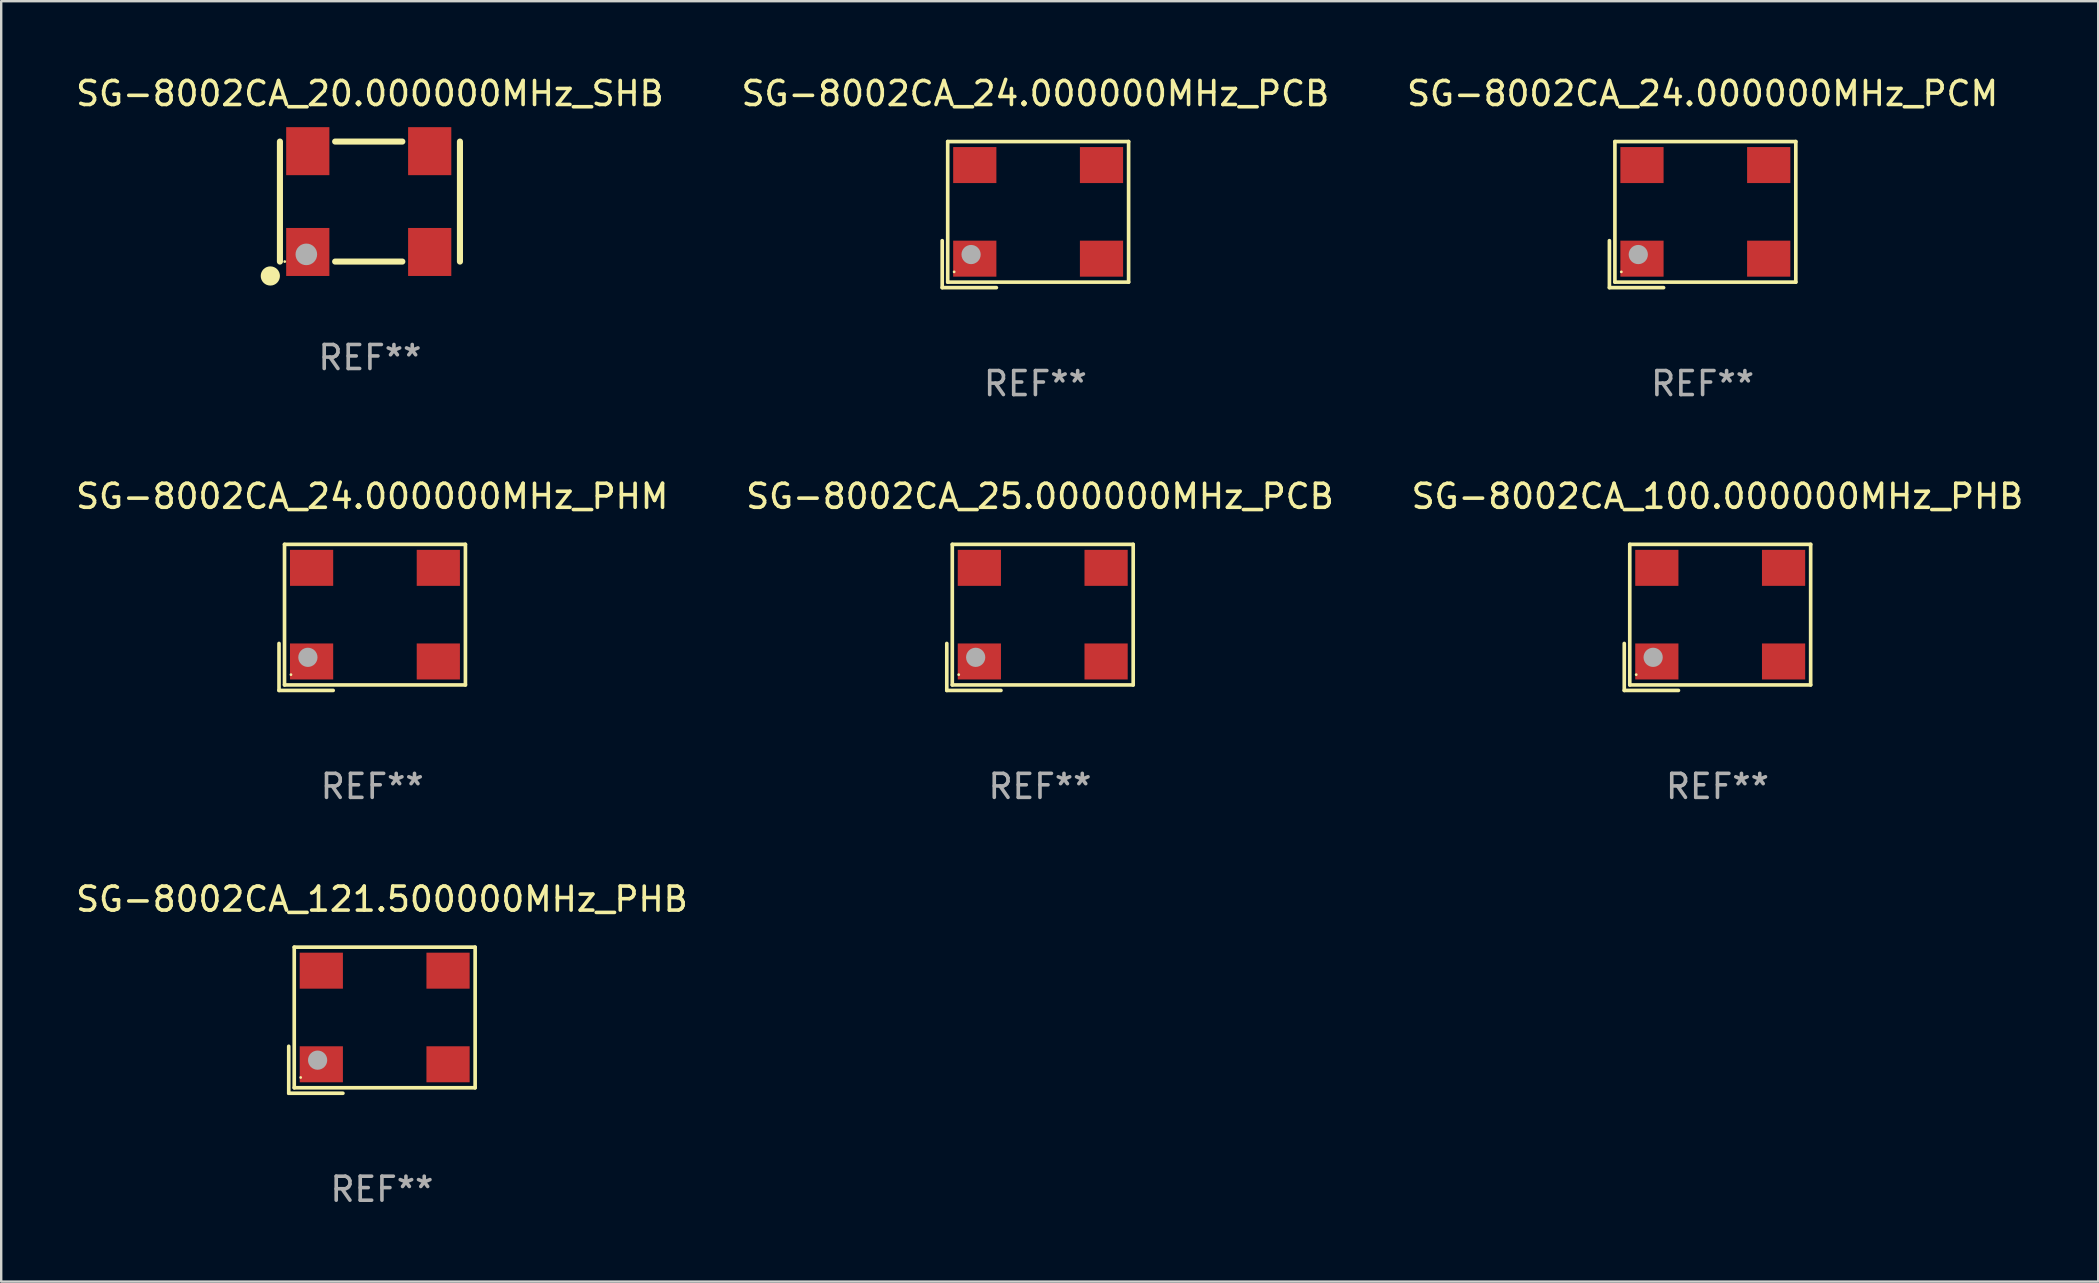
<source format=kicad_pcb>
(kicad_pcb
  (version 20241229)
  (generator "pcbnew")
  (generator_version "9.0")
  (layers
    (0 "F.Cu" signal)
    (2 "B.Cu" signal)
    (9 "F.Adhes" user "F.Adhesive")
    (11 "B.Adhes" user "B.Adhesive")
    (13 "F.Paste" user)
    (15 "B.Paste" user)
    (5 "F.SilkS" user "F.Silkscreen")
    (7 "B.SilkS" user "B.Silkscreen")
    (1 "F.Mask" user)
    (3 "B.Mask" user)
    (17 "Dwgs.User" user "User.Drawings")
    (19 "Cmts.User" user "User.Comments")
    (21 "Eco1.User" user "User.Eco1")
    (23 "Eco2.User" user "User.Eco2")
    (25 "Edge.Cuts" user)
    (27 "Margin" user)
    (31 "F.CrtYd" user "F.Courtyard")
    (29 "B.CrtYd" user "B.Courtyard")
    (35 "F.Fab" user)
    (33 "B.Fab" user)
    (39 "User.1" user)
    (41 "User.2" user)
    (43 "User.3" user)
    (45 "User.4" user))
  (footprint "SG-8002CA_24.000000MHz_PCM"
    (layer "F.Cu")
    (at 67.887 5.891)
    (property "Reference" "SG-8002CA_24.000000MHz_PCM" (at 0 -5.043 0) (layer "F.SilkS") (effects (font (size 1 1) (thickness 0.15))))
    (attr through_hole)
    (fp_line (start -3.883 1.086) (end -3.883 3.043) (stroke (width 0.152) (type solid)) (layer "F.SilkS"))
    (fp_line (start -3.883 3.043) (end -1.626 3.043) (stroke (width 0.152) (type solid)) (layer "F.SilkS"))
    (fp_line (start -3.654 -3.043) (end 3.883 -3.043) (stroke (width 0.152) (type solid)) (layer "F.SilkS"))
    (fp_line (start -3.654 2.814) (end -3.654 -3.043) (stroke (width 0.152) (type solid)) (layer "F.SilkS"))
    (fp_line (start 3.883 -3.043) (end 3.883 2.814) (stroke (width 0.152) (type solid)) (layer "F.SilkS"))
    (fp_line (start 3.883 2.814) (end -3.654 2.814) (stroke (width 0.152) (type solid)) (layer "F.SilkS"))
    (fp_circle (center -3.386 2.386) (end -3.356 2.386) (stroke (width 0.06) (type solid)) (fill no) (layer "F.SilkS"))
    (fp_circle (center -2.68 1.664) (end -2.48 1.664) (stroke (width 0.4) (type solid)) (fill no) (layer "F.Fab"))
    (fp_text user "REF**" (at 0 7.043 0) (layer "F.Fab") (effects (font (size 1 1) (thickness 0.15))))
    (pad "1" smd rect (at -2.526 1.836) (size 1.8 1.5) (layers "F.Cu" "F.Mask" "F.Paste"))
    (pad "2" smd rect (at 2.754 1.836) (size 1.8 1.5) (layers "F.Cu" "F.Mask" "F.Paste"))
    (pad "3" smd rect (at 2.754 -2.064) (size 1.8 1.5) (layers "F.Cu" "F.Mask" "F.Paste"))
    (pad "4" smd rect (at -2.526 -2.064) (size 1.8 1.5) (layers "F.Cu" "F.Mask" "F.Paste")))
  (footprint "SG-8002CA_20.000000MHz_SHB"
    (layer "F.Cu")
    (at 12.363 5.348)
    (property "Reference" "SG-8002CA_20.000000MHz_SHB" (at 0 -4.5 0) (layer "F.SilkS") (effects (font (size 1 1) (thickness 0.15))))
    (attr through_hole)
    (fp_line (start -3.75 -2.5) (end -3.75 2.5) (stroke (width 0.254) (type solid)) (layer "F.SilkS"))
    (fp_line (start -1.45 -2.5) (end 1.35 -2.5) (stroke (width 0.254) (type solid)) (layer "F.SilkS"))
    (fp_line (start -1.45 2.5) (end 1.35 2.5) (stroke (width 0.254) (type solid)) (layer "F.SilkS"))
    (fp_line (start 3.75 -2.5) (end 3.75 2.5) (stroke (width 0.254) (type solid)) (layer "F.SilkS"))
    (fp_circle (center -4.15 3.1) (end -3.95 3.1) (stroke (width 0.4) (type solid)) (fill no) (layer "F.SilkS"))
    (fp_circle (center -3.55 2.5) (end -3.52 2.5) (stroke (width 0.06) (type solid)) (fill no) (layer "F.SilkS"))
    (fp_circle (center -2.65 2.2) (end -2.425 2.2) (stroke (width 0.45) (type solid)) (fill no) (layer "F.Fab"))
    (fp_text user "REF**" (at 0 6.5 0) (layer "F.Fab") (effects (font (size 1 1) (thickness 0.15))))
    (pad "1" smd rect (at -2.59 2.1) (size 1.8 2) (layers "F.Cu" "F.Mask" "F.Paste"))
    (pad "2" smd rect (at 2.49 2.1) (size 1.8 2) (layers "F.Cu" "F.Mask" "F.Paste"))
    (pad "3" smd rect (at 2.49 -2.1) (size 1.8 2) (layers "F.Cu" "F.Mask" "F.Paste"))
    (pad "4" smd rect (at -2.59 -2.1) (size 1.8 2) (layers "F.Cu" "F.Mask" "F.Paste")))
  (footprint "SG-8002CA_121.500000MHz_PHB"
    (layer "F.Cu")
    (at 12.863 39.456)
    (property "Reference" "SG-8002CA_121.500000MHz_PHB" (at 0 -5.043 0) (layer "F.SilkS") (effects (font (size 1 1) (thickness 0.15))))
    (attr through_hole)
    (fp_line (start -3.883 1.086) (end -3.883 3.043) (stroke (width 0.152) (type solid)) (layer "F.SilkS"))
    (fp_line (start -3.883 3.043) (end -1.626 3.043) (stroke (width 0.152) (type solid)) (layer "F.SilkS"))
    (fp_line (start -3.654 -3.043) (end 3.883 -3.043) (stroke (width 0.152) (type solid)) (layer "F.SilkS"))
    (fp_line (start -3.654 2.814) (end -3.654 -3.043) (stroke (width 0.152) (type solid)) (layer "F.SilkS"))
    (fp_line (start 3.883 -3.043) (end 3.883 2.814) (stroke (width 0.152) (type solid)) (layer "F.SilkS"))
    (fp_line (start 3.883 2.814) (end -3.654 2.814) (stroke (width 0.152) (type solid)) (layer "F.SilkS"))
    (fp_circle (center -3.386 2.386) (end -3.356 2.386) (stroke (width 0.06) (type solid)) (fill no) (layer "F.SilkS"))
    (fp_circle (center -2.68 1.664) (end -2.48 1.664) (stroke (width 0.4) (type solid)) (fill no) (layer "F.Fab"))
    (fp_text user "REF**" (at 0 7.043 0) (layer "F.Fab") (effects (font (size 1 1) (thickness 0.15))))
    (pad "1" smd rect (at -2.526 1.836) (size 1.8 1.5) (layers "F.Cu" "F.Mask" "F.Paste"))
    (pad "2" smd rect (at 2.754 1.836) (size 1.8 1.5) (layers "F.Cu" "F.Mask" "F.Paste"))
    (pad "3" smd rect (at 2.754 -2.064) (size 1.8 1.5) (layers "F.Cu" "F.Mask" "F.Paste"))
    (pad "4" smd rect (at -2.526 -2.064) (size 1.8 1.5) (layers "F.Cu" "F.Mask" "F.Paste")))
  (footprint "SG-8002CA_100.000000MHz_PHB"
    (layer "F.Cu")
    (at 68.506 22.673)
    (property "Reference" "SG-8002CA_100.000000MHz_PHB" (at 0 -5.043 0) (layer "F.SilkS") (effects (font (size 1 1) (thickness 0.15))))
    (attr through_hole)
    (fp_line (start -3.883 1.086) (end -3.883 3.043) (stroke (width 0.152) (type solid)) (layer "F.SilkS"))
    (fp_line (start -3.883 3.043) (end -1.626 3.043) (stroke (width 0.152) (type solid)) (layer "F.SilkS"))
    (fp_line (start -3.654 -3.043) (end 3.883 -3.043) (stroke (width 0.152) (type solid)) (layer "F.SilkS"))
    (fp_line (start -3.654 2.814) (end -3.654 -3.043) (stroke (width 0.152) (type solid)) (layer "F.SilkS"))
    (fp_line (start 3.883 -3.043) (end 3.883 2.814) (stroke (width 0.152) (type solid)) (layer "F.SilkS"))
    (fp_line (start 3.883 2.814) (end -3.654 2.814) (stroke (width 0.152) (type solid)) (layer "F.SilkS"))
    (fp_circle (center -3.386 2.386) (end -3.356 2.386) (stroke (width 0.06) (type solid)) (fill no) (layer "F.SilkS"))
    (fp_circle (center -2.68 1.664) (end -2.48 1.664) (stroke (width 0.4) (type solid)) (fill no) (layer "F.Fab"))
    (fp_text user "REF**" (at 0 7.043 0) (layer "F.Fab") (effects (font (size 1 1) (thickness 0.15))))
    (pad "1" smd rect (at -2.526 1.836) (size 1.8 1.5) (layers "F.Cu" "F.Mask" "F.Paste"))
    (pad "2" smd rect (at 2.754 1.836) (size 1.8 1.5) (layers "F.Cu" "F.Mask" "F.Paste"))
    (pad "3" smd rect (at 2.754 -2.064) (size 1.8 1.5) (layers "F.Cu" "F.Mask" "F.Paste"))
    (pad "4" smd rect (at -2.526 -2.064) (size 1.8 1.5) (layers "F.Cu" "F.Mask" "F.Paste")))
  (footprint "SG-8002CA_25.000000MHz_PCB"
    (layer "F.Cu")
    (at 40.28 22.673)
    (property "Reference" "SG-8002CA_25.000000MHz_PCB" (at 0 -5.043 0) (layer "F.SilkS") (effects (font (size 1 1) (thickness 0.15))))
    (attr through_hole)
    (fp_line (start -3.883 1.086) (end -3.883 3.043) (stroke (width 0.152) (type solid)) (layer "F.SilkS"))
    (fp_line (start -3.883 3.043) (end -1.626 3.043) (stroke (width 0.152) (type solid)) (layer "F.SilkS"))
    (fp_line (start -3.654 -3.043) (end 3.883 -3.043) (stroke (width 0.152) (type solid)) (layer "F.SilkS"))
    (fp_line (start -3.654 2.814) (end -3.654 -3.043) (stroke (width 0.152) (type solid)) (layer "F.SilkS"))
    (fp_line (start 3.883 -3.043) (end 3.883 2.814) (stroke (width 0.152) (type solid)) (layer "F.SilkS"))
    (fp_line (start 3.883 2.814) (end -3.654 2.814) (stroke (width 0.152) (type solid)) (layer "F.SilkS"))
    (fp_circle (center -3.386 2.386) (end -3.356 2.386) (stroke (width 0.06) (type solid)) (fill no) (layer "F.SilkS"))
    (fp_circle (center -2.68 1.664) (end -2.48 1.664) (stroke (width 0.4) (type solid)) (fill no) (layer "F.Fab"))
    (fp_text user "REF**" (at 0 7.043 0) (layer "F.Fab") (effects (font (size 1 1) (thickness 0.15))))
    (pad "1" smd rect (at -2.526 1.836) (size 1.8 1.5) (layers "F.Cu" "F.Mask" "F.Paste"))
    (pad "2" smd rect (at 2.754 1.836) (size 1.8 1.5) (layers "F.Cu" "F.Mask" "F.Paste"))
    (pad "3" smd rect (at 2.754 -2.064) (size 1.8 1.5) (layers "F.Cu" "F.Mask" "F.Paste"))
    (pad "4" smd rect (at -2.526 -2.064) (size 1.8 1.5) (layers "F.Cu" "F.Mask" "F.Paste")))
  (footprint "SG-8002CA_24.000000MHz_PHM"
    (layer "F.Cu")
    (at 12.458 22.673)
    (property "Reference" "SG-8002CA_24.000000MHz_PHM" (at 0 -5.043 0) (layer "F.SilkS") (effects (font (size 1 1) (thickness 0.15))))
    (attr through_hole)
    (fp_line (start -3.883 1.086) (end -3.883 3.043) (stroke (width 0.152) (type solid)) (layer "F.SilkS"))
    (fp_line (start -3.883 3.043) (end -1.626 3.043) (stroke (width 0.152) (type solid)) (layer "F.SilkS"))
    (fp_line (start -3.654 -3.043) (end 3.883 -3.043) (stroke (width 0.152) (type solid)) (layer "F.SilkS"))
    (fp_line (start -3.654 2.814) (end -3.654 -3.043) (stroke (width 0.152) (type solid)) (layer "F.SilkS"))
    (fp_line (start 3.883 -3.043) (end 3.883 2.814) (stroke (width 0.152) (type solid)) (layer "F.SilkS"))
    (fp_line (start 3.883 2.814) (end -3.654 2.814) (stroke (width 0.152) (type solid)) (layer "F.SilkS"))
    (fp_circle (center -3.386 2.386) (end -3.356 2.386) (stroke (width 0.06) (type solid)) (fill no) (layer "F.SilkS"))
    (fp_circle (center -2.68 1.664) (end -2.48 1.664) (stroke (width 0.4) (type solid)) (fill no) (layer "F.Fab"))
    (fp_text user "REF**" (at 0 7.043 0) (layer "F.Fab") (effects (font (size 1 1) (thickness 0.15))))
    (pad "1" smd rect (at -2.526 1.836) (size 1.8 1.5) (layers "F.Cu" "F.Mask" "F.Paste"))
    (pad "2" smd rect (at 2.754 1.836) (size 1.8 1.5) (layers "F.Cu" "F.Mask" "F.Paste"))
    (pad "3" smd rect (at 2.754 -2.064) (size 1.8 1.5) (layers "F.Cu" "F.Mask" "F.Paste"))
    (pad "4" smd rect (at -2.526 -2.064) (size 1.8 1.5) (layers "F.Cu" "F.Mask" "F.Paste")))
  (footprint "SG-8002CA_24.000000MHz_PCB"
    (layer "F.Cu")
    (at 40.089 5.891)
    (property "Reference" "SG-8002CA_24.000000MHz_PCB" (at 0 -5.043 0) (layer "F.SilkS") (effects (font (size 1 1) (thickness 0.15))))
    (attr through_hole)
    (fp_line (start -3.883 1.086) (end -3.883 3.043) (stroke (width 0.152) (type solid)) (layer "F.SilkS"))
    (fp_line (start -3.883 3.043) (end -1.626 3.043) (stroke (width 0.152) (type solid)) (layer "F.SilkS"))
    (fp_line (start -3.654 -3.043) (end 3.883 -3.043) (stroke (width 0.152) (type solid)) (layer "F.SilkS"))
    (fp_line (start -3.654 2.814) (end -3.654 -3.043) (stroke (width 0.152) (type solid)) (layer "F.SilkS"))
    (fp_line (start 3.883 -3.043) (end 3.883 2.814) (stroke (width 0.152) (type solid)) (layer "F.SilkS"))
    (fp_line (start 3.883 2.814) (end -3.654 2.814) (stroke (width 0.152) (type solid)) (layer "F.SilkS"))
    (fp_circle (center -3.386 2.386) (end -3.356 2.386) (stroke (width 0.06) (type solid)) (fill no) (layer "F.SilkS"))
    (fp_circle (center -2.68 1.664) (end -2.48 1.664) (stroke (width 0.4) (type solid)) (fill no) (layer "F.Fab"))
    (fp_text user "REF**" (at 0 7.043 0) (layer "F.Fab") (effects (font (size 1 1) (thickness 0.15))))
    (pad "1" smd rect (at -2.526 1.836) (size 1.8 1.5) (layers "F.Cu" "F.Mask" "F.Paste"))
    (pad "2" smd rect (at 2.754 1.836) (size 1.8 1.5) (layers "F.Cu" "F.Mask" "F.Paste"))
    (pad "3" smd rect (at 2.754 -2.064) (size 1.8 1.5) (layers "F.Cu" "F.Mask" "F.Paste"))
    (pad "4" smd rect (at -2.526 -2.064) (size 1.8 1.5) (layers "F.Cu" "F.Mask" "F.Paste")))
  (gr_rect
    (start -3 -3)
    (end 84.369 50.347)
    (stroke (width 0.1) (type default))
    (fill no)
    (layer "Edge.Cuts")))
</source>
